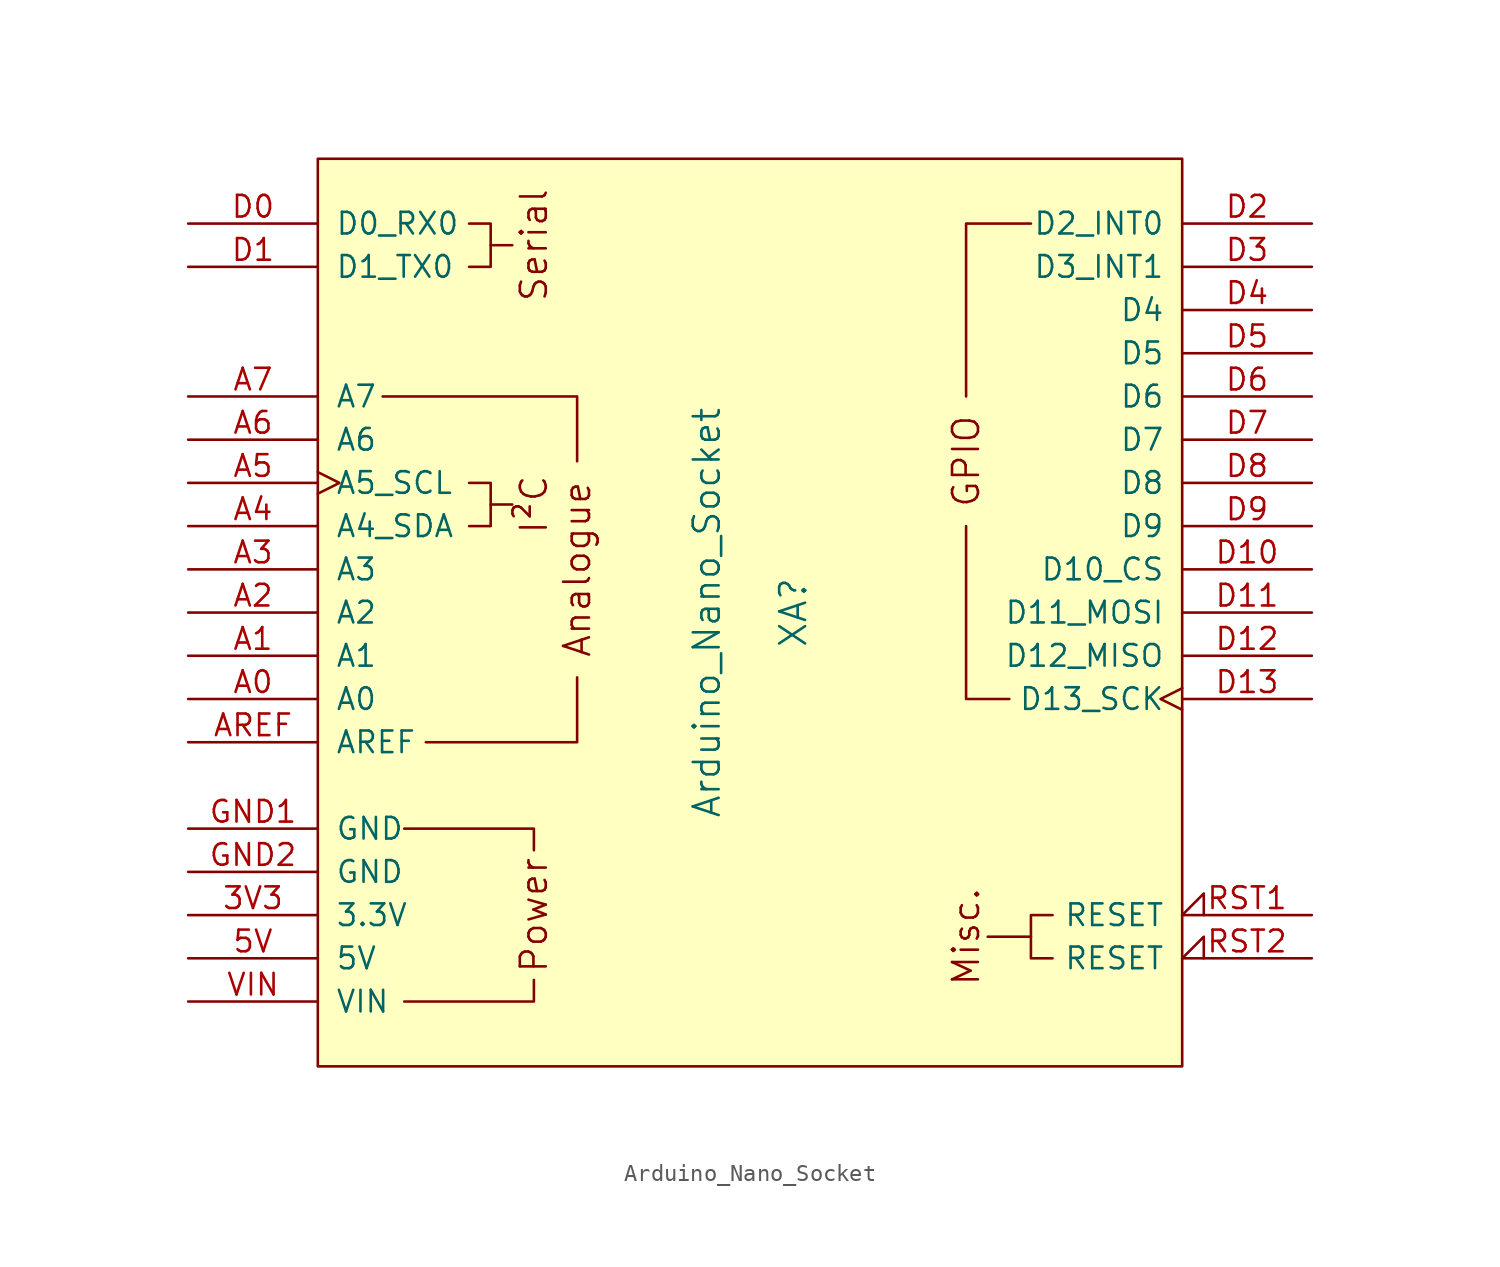
<source format=kicad_sym>
(kicad_symbol_lib
  (version 20211014)
  (generator kicad_symbol_editor)
  (symbol "Arduino_Nano_Socket"
    (pin_names
      (offset 1.016))
    (property "Reference" "XA"
      (at 2.54 0 90)
      (effects (font (size 1.524 1.524))))
    (property "Value" "Arduino_Nano_Socket"
      (at -2.54 0 90)
      (effects (font (size 1.524 1.524))))
    (symbol "Arduino_Nano_Socket_0_0"
      (rectangle (start -25.4 26.67) (end 25.4 -26.67) (stroke (width 0) (type default) (color 0 0 0 0)) (fill (type background)))
      (polyline (pts (xy -15.24 6.35) (xy -13.97 6.35)) (stroke (width 0) (type default) (color 0 0 0 0)) (fill (type none)))
      (polyline (pts (xy -15.24 21.59) (xy -13.97 21.59)) (stroke (width 0) (type default) (color 0 0 0 0)) (fill (type none)))
      (polyline (pts (xy 16.51 -19.05) (xy 13.97 -19.05)) (stroke (width 0) (type default) (color 0 0 0 0)) (fill (type none)))
      (polyline (pts (xy -20.32 -22.86) (xy -12.7 -22.86) (xy -12.7 -21.59)) (stroke (width 0) (type default) (color 0 0 0 0)) (fill (type none)))
      (polyline (pts (xy -12.7 -13.97) (xy -12.7 -12.7) (xy -20.32 -12.7)) (stroke (width 0) (type default) (color 0 0 0 0)) (fill (type none)))
      (polyline (pts (xy -16.51 7.62) (xy -15.24 7.62) (xy -15.24 5.08) (xy -16.51 5.08)) (stroke (width 0) (type default) (color 0 0 0 0)) (fill (type none)))
      (polyline (pts (xy -16.51 22.86) (xy -15.24 22.86) (xy -15.24 20.32) (xy -16.51 20.32)) (stroke (width 0) (type default) (color 0 0 0 0)) (fill (type none)))
      (text "Analogue" (at -10.16 2.54 900) (effects (font (size 1.524 1.524))))
      (text "I²C" (at -12.7 6.35 900) (effects (font (size 1.524 1.524))))
      (text "Misc." (at 12.7 -19.05 900) (effects (font (size 1.524 1.524))))
      (text "Power" (at -12.7 -17.78 900) (effects (font (size 1.524 1.524))))
      (text "Serial" (at -12.7 21.59 900) (effects (font (size 1.524 1.524)))))
    (symbol "Arduino_Nano_Socket_0_1"
      (polyline (pts (xy -21.59 12.7) (xy -10.16 12.7) (xy -10.16 8.89)) (stroke (width 0) (type default) (color 0 0 0 0)) (fill (type none)))
      (polyline (pts (xy -19.05 -7.62) (xy -10.16 -7.62) (xy -10.16 -3.81)) (stroke (width 0) (type default) (color 0 0 0 0)) (fill (type none)))
      (polyline (pts (xy 15.24 -5.08) (xy 12.7 -5.08) (xy 12.7 5.08)) (stroke (width 0) (type default) (color 0 0 0 0)) (fill (type none)))
      (polyline (pts (xy 16.51 22.86) (xy 12.7 22.86) (xy 12.7 12.7)) (stroke (width 0) (type default) (color 0 0 0 0)) (fill (type none)))
      (polyline (pts (xy 17.78 -17.78) (xy 16.51 -17.78) (xy 16.51 -20.32) (xy 17.78 -20.32)) (stroke (width 0) (type default) (color 0 0 0 0)) (fill (type none))))
    (symbol "Arduino_Nano_Socket_1_0"
      (text "GPIO" (at 12.7 8.89 900) (effects (font (size 1.524 1.524)))))
    (symbol "Arduino_Nano_Socket_1_1"
      (pin power_out line (at -33.02 -17.78 0) (length 7.62) (name "3.3V" (effects (font (size 1.27 1.27)))) (number "3V3" (effects (font (size 1.27 1.27)))))
      (pin power_out line (at -33.02 -20.32 0) (length 7.62) (name "5V" (effects (font (size 1.27 1.27)))) (number "5V" (effects (font (size 1.27 1.27)))))
      (pin bidirectional line (at -33.02 -5.08 0) (length 7.62) (name "A0" (effects (font (size 1.27 1.27)))) (number "A0" (effects (font (size 1.27 1.27)))))
      (pin bidirectional line (at -33.02 -2.54 0) (length 7.62) (name "A1" (effects (font (size 1.27 1.27)))) (number "A1" (effects (font (size 1.27 1.27)))))
      (pin bidirectional line (at -33.02 0 0) (length 7.62) (name "A2" (effects (font (size 1.27 1.27)))) (number "A2" (effects (font (size 1.27 1.27)))))
      (pin bidirectional line (at -33.02 2.54 0) (length 7.62) (name "A3" (effects (font (size 1.27 1.27)))) (number "A3" (effects (font (size 1.27 1.27)))))
      (pin bidirectional line (at -33.02 5.08 0) (length 7.62) (name "A4_SDA" (effects (font (size 1.27 1.27)))) (number "A4" (effects (font (size 1.27 1.27)))))
      (pin bidirectional clock (at -33.02 7.62 0) (length 7.62) (name "A5_SCL" (effects (font (size 1.27 1.27)))) (number "A5" (effects (font (size 1.27 1.27)))))
      (pin input line (at -33.02 10.16 0) (length 7.62) (name "A6" (effects (font (size 1.27 1.27)))) (number "A6" (effects (font (size 1.27 1.27)))))
      (pin input line (at -33.02 12.7 0) (length 7.62) (name "A7" (effects (font (size 1.27 1.27)))) (number "A7" (effects (font (size 1.27 1.27)))))
      (pin input line (at -33.02 -7.62 0) (length 7.62) (name "AREF" (effects (font (size 1.27 1.27)))) (number "AREF" (effects (font (size 1.27 1.27)))))
      (pin bidirectional line (at -33.02 22.86 0) (length 7.62) (name "D0_RX0" (effects (font (size 1.27 1.27)))) (number "D0" (effects (font (size 1.27 1.27)))))
      (pin bidirectional line (at -33.02 20.32 0) (length 7.62) (name "D1_TX0" (effects (font (size 1.27 1.27)))) (number "D1" (effects (font (size 1.27 1.27)))))
      (pin bidirectional line (at 33.02 2.54 180) (length 7.62) (name "D10_CS" (effects (font (size 1.27 1.27)))) (number "D10" (effects (font (size 1.27 1.27)))))
      (pin bidirectional line (at 33.02 0 180) (length 7.62) (name "D11_MOSI" (effects (font (size 1.27 1.27)))) (number "D11" (effects (font (size 1.27 1.27)))))
      (pin bidirectional line (at 33.02 -2.54 180) (length 7.62) (name "D12_MISO" (effects (font (size 1.27 1.27)))) (number "D12" (effects (font (size 1.27 1.27)))))
      (pin bidirectional clock (at 33.02 -5.08 180) (length 7.62) (name "D13_SCK" (effects (font (size 1.27 1.27)))) (number "D13" (effects (font (size 1.27 1.27)))))
      (pin bidirectional line (at 33.02 22.86 180) (length 7.62) (name "D2_INT0" (effects (font (size 1.27 1.27)))) (number "D2" (effects (font (size 1.27 1.27)))))
      (pin bidirectional line (at 33.02 20.32 180) (length 7.62) (name "D3_INT1" (effects (font (size 1.27 1.27)))) (number "D3" (effects (font (size 1.27 1.27)))))
      (pin bidirectional line (at 33.02 17.78 180) (length 7.62) (name "D4" (effects (font (size 1.27 1.27)))) (number "D4" (effects (font (size 1.27 1.27)))))
      (pin bidirectional line (at 33.02 15.24 180) (length 7.62) (name "D5" (effects (font (size 1.27 1.27)))) (number "D5" (effects (font (size 1.27 1.27)))))
      (pin bidirectional line (at 33.02 12.7 180) (length 7.62) (name "D6" (effects (font (size 1.27 1.27)))) (number "D6" (effects (font (size 1.27 1.27)))))
      (pin bidirectional line (at 33.02 10.16 180) (length 7.62) (name "D7" (effects (font (size 1.27 1.27)))) (number "D7" (effects (font (size 1.27 1.27)))))
      (pin bidirectional line (at 33.02 7.62 180) (length 7.62) (name "D8" (effects (font (size 1.27 1.27)))) (number "D8" (effects (font (size 1.27 1.27)))))
      (pin bidirectional line (at 33.02 5.08 180) (length 7.62) (name "D9" (effects (font (size 1.27 1.27)))) (number "D9" (effects (font (size 1.27 1.27)))))
      (pin power_in line (at -33.02 -12.7 0) (length 7.62) (name "GND" (effects (font (size 1.27 1.27)))) (number "GND1" (effects (font (size 1.27 1.27)))))
      (pin power_in line (at -33.02 -15.24 0) (length 7.62) (name "GND" (effects (font (size 1.27 1.27)))) (number "GND2" (effects (font (size 1.27 1.27)))))
      (pin open_collector input_low (at 33.02 -17.78 180) (length 7.62) (name "RESET" (effects (font (size 1.27 1.27)))) (number "RST1" (effects (font (size 1.27 1.27)))))
      (pin open_collector input_low (at 33.02 -20.32 180) (length 7.62) (name "RESET" (effects (font (size 1.27 1.27)))) (number "RST2" (effects (font (size 1.27 1.27)))))
      (pin power_in line (at -33.02 -22.86 0) (length 7.62) (name "VIN" (effects (font (size 1.27 1.27)))) (number "VIN" (effects (font (size 1.27 1.27))))))))
</source>
